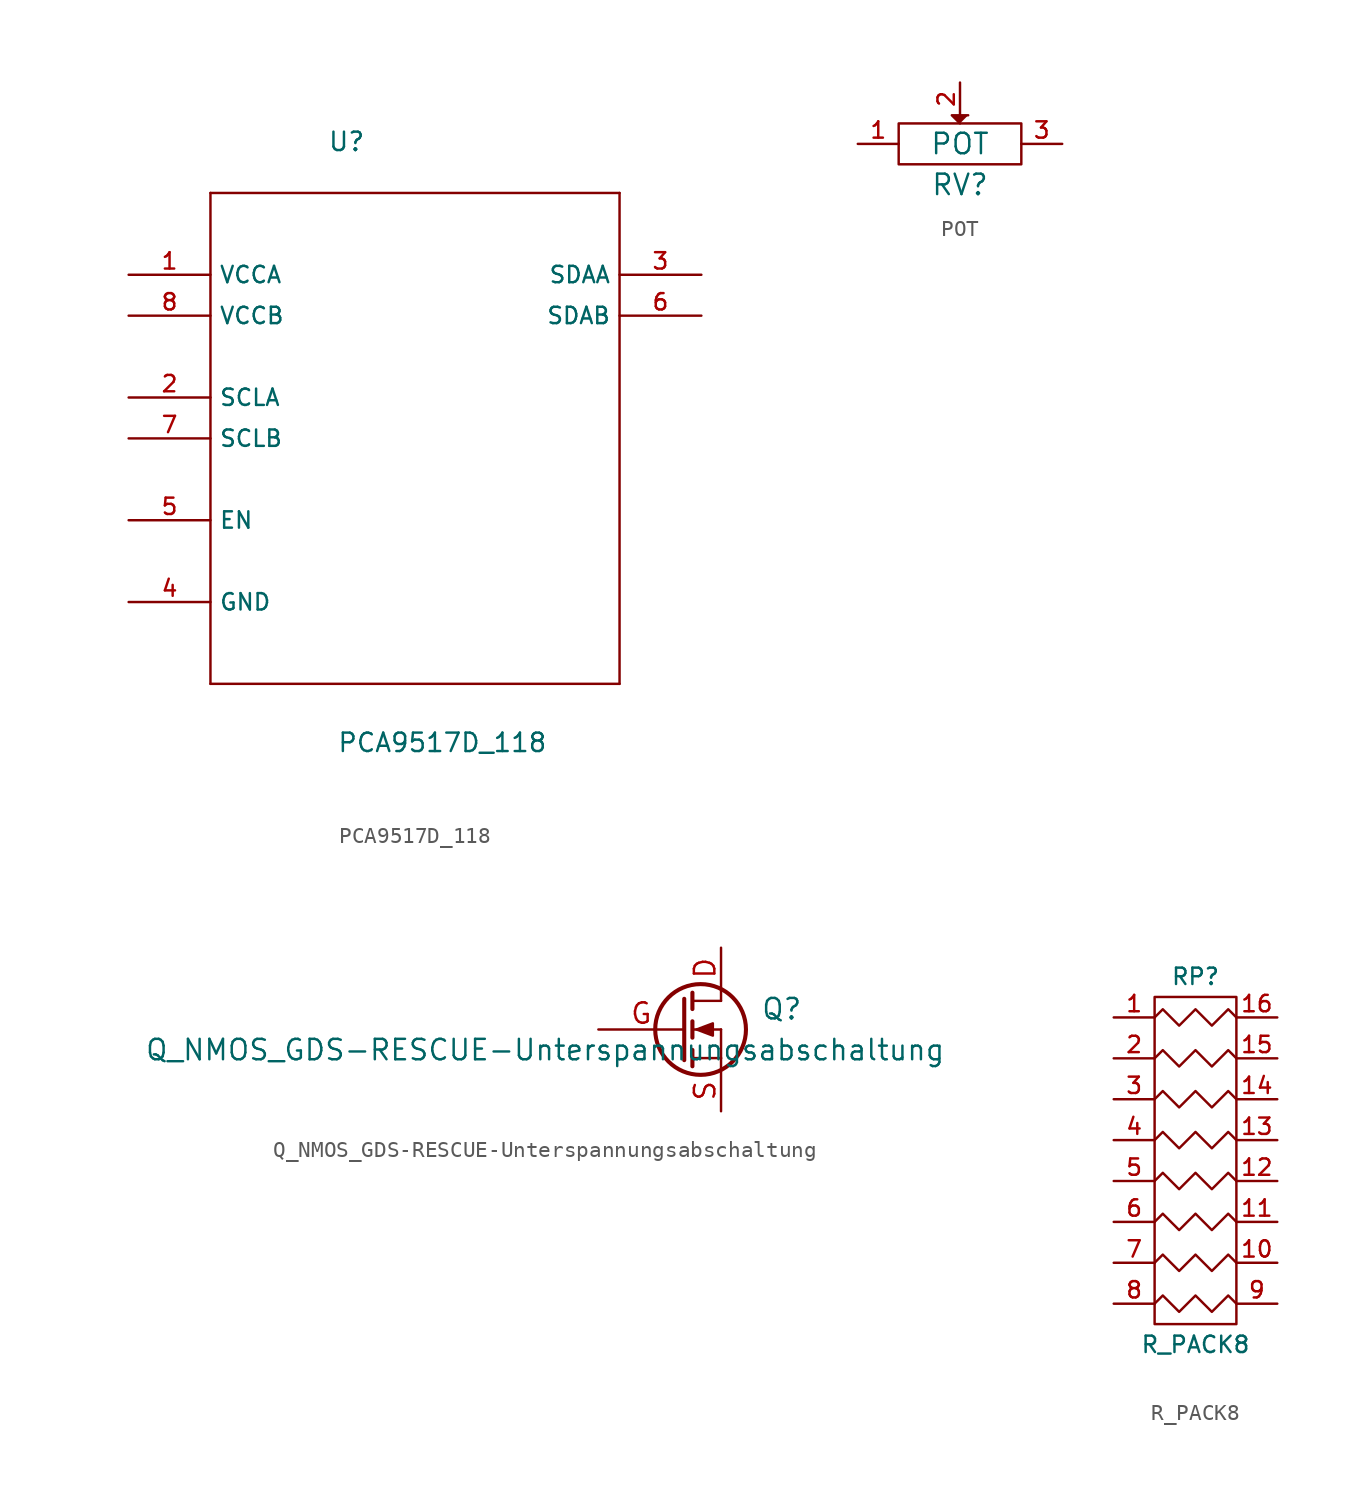
<source format=kicad_sym>
(kicad_symbol_lib
  (version 20201005)
  (generator kicad_symbol_editor)
  (symbol "Zimprich:PCA9517D_118"
    (property "Reference" "U"
      (at -5.436 15.215 0)
      (effects (font (size 1.143 1.143)) (justify left bottom)))
    (property "Value" "PCA9517D_118"
      (at -4.851 -22.098 0)
      (effects (font (size 1.143 1.143)) (justify left bottom)))
    (property "ki_locked" ""
      (at 0 0 0)
      (effects (font (size 1.27 1.27))))
    (symbol "PCA9517D_118_1_0"
      (polyline (pts (xy -12.7 -17.78) (xy 12.7 -17.78)) (stroke (width 0)) (fill (type none)))
      (polyline (pts (xy -12.7 12.7) (xy -12.7 -17.78)) (stroke (width 0)) (fill (type none)))
      (polyline (pts (xy 12.7 -17.78) (xy 12.7 12.7)) (stroke (width 0)) (fill (type none)))
      (polyline (pts (xy 12.7 12.7) (xy -12.7 12.7)) (stroke (width 0)) (fill (type none))))
    (symbol "PCA9517D_118_1_1"
      (pin power_in line (at -17.78 7.62 0) (length 5.08) (name "VCCA" (effects (font (size 1.016 1.016)))) (number "1" (effects (font (size 1.016 1.016)))))
      (pin input line (at -17.78 0 0) (length 5.08) (name "SCLA" (effects (font (size 1.016 1.016)))) (number "2" (effects (font (size 1.016 1.016)))))
      (pin bidirectional line (at 17.78 7.62 180) (length 5.08) (name "SDAA" (effects (font (size 1.016 1.016)))) (number "3" (effects (font (size 1.016 1.016)))))
      (pin passive line (at -17.78 -12.7 0) (length 5.08) (name "GND" (effects (font (size 1.016 1.016)))) (number "4" (effects (font (size 1.016 1.016)))))
      (pin input line (at -17.78 -7.62 0) (length 5.08) (name "EN" (effects (font (size 1.016 1.016)))) (number "5" (effects (font (size 1.016 1.016)))))
      (pin bidirectional line (at 17.78 5.08 180) (length 5.08) (name "SDAB" (effects (font (size 1.016 1.016)))) (number "6" (effects (font (size 1.016 1.016)))))
      (pin input line (at -17.78 -2.54 0) (length 5.08) (name "SCLB" (effects (font (size 1.016 1.016)))) (number "7" (effects (font (size 1.016 1.016)))))
      (pin power_in line (at -17.78 5.08 0) (length 5.08) (name "VCCB" (effects (font (size 1.016 1.016)))) (number "8" (effects (font (size 1.016 1.016)))))))
  (symbol "Zimprich:POT"
    (pin_names hide)
    (property "Reference" "RV"
      (at 0 -2.54 0)
      (effects (font (size 1.27 1.27))))
    (property "Value" "POT"
      (at 0 0 0)
      (effects (font (size 1.27 1.27))))
    (property "Footprint" ""
      (at 0 0 0)
      (effects (font (size 1.524 1.524))))
    (property "Datasheet" ""
      (at 0 0 0)
      (effects (font (size 1.524 1.524))))
    (symbol "POT_0_1"
      (rectangle (start -3.81 1.27) (end 3.81 -1.27) (stroke (width 0)) (fill (type none)))
      (polyline (pts (xy 0 1.27) (xy -0.508 1.778) (xy 0.508 1.778)) (stroke (width 0)) (fill (type outline))))
    (symbol "POT_1_1"
      (pin passive line (at -6.35 0 0) (length 2.54) (name "1" (effects (font (size 1.016 1.016)))) (number "1" (effects (font (size 1.016 1.016)))))
      (pin passive line (at 0 3.81 270) (length 2.032) (name "2" (effects (font (size 1.016 1.016)))) (number "2" (effects (font (size 1.016 1.016)))))
      (pin passive line (at 6.35 0 180) (length 2.54) (name "3" (effects (font (size 1.016 1.016)))) (number "3" (effects (font (size 1.016 1.016)))))))
  (symbol "Zimprich:Q_NMOS_GDS-RESCUE-Unterspannungsabschaltung"
    (pin_names
      (offset 0) hide)
    (property "Reference" "Q"
      (at 7.62 1.27 0)
      (effects (font (size 1.27 1.27)) (justify right)))
    (property "Value" "Q_NMOS_GDS-RESCUE-Unterspannungsabschaltung"
      (at 16.51 -1.27 0)
      (effects (font (size 1.27 1.27)) (justify right)))
    (property "Footprint" ""
      (at 5.08 2.54 0)
      (effects (font (size 0.737 0.737))))
    (property "Datasheet" ""
      (at 0 0 0)
      (effects (font (size 1.524 1.524))))
    (symbol "Q_NMOS_GDS-RESCUE-Unterspannungsabschaltung_0_1"
      (circle (center 1.27 0) (radius 2.819) (stroke (width 0.254)) (fill (type none)))
      (polyline (pts (xy 0.762 -1.778) (xy 2.54 -1.778)) (stroke (width 0)) (fill (type none)))
      (polyline (pts (xy 0.762 -1.27) (xy 0.762 -2.286)) (stroke (width 0.254)) (fill (type none)))
      (polyline (pts (xy 0.762 0) (xy 2.54 0)) (stroke (width 0)) (fill (type none)))
      (polyline (pts (xy 0.762 0.508) (xy 0.762 -0.508)) (stroke (width 0.254)) (fill (type none)))
      (polyline (pts (xy 0.762 1.778) (xy 2.54 1.778)) (stroke (width 0)) (fill (type none)))
      (polyline (pts (xy 0.762 2.286) (xy 0.762 1.27)) (stroke (width 0.254)) (fill (type none)))
      (polyline (pts (xy 2.54 -1.778) (xy 2.54 -2.54)) (stroke (width 0)) (fill (type none)))
      (polyline (pts (xy 2.54 -1.778) (xy 2.54 0)) (stroke (width 0)) (fill (type none)))
      (polyline (pts (xy 2.54 2.54) (xy 2.54 1.778)) (stroke (width 0)) (fill (type none)))
      (polyline (pts (xy 0.254 1.905) (xy 0.254 -1.905) (xy 0.254 -1.905)) (stroke (width 0.254)) (fill (type none)))
      (polyline (pts (xy 1.016 0) (xy 2.032 0.381) (xy 2.032 -0.381) (xy 1.016 0)) (stroke (width 0)) (fill (type outline))))
    (symbol "Q_NMOS_GDS-RESCUE-Unterspannungsabschaltung_1_1"
      (pin passive line (at 2.54 5.08 270) (length 2.54) (name "D" (effects (font (size 1.27 1.27)))) (number "D" (effects (font (size 1.27 1.27)))))
      (pin input line (at -5.08 0 0) (length 5.334) (name "G" (effects (font (size 1.27 1.27)))) (number "G" (effects (font (size 1.27 1.27)))))
      (pin passive line (at 2.54 -5.08 90) (length 2.54) (name "S" (effects (font (size 1.27 1.27)))) (number "S" (effects (font (size 1.27 1.27)))))))
  (symbol "Zimprich:R_PACK8"
    (pin_names hide)
    (property "Reference" "RP"
      (at 0 11.43 0)
      (effects (font (size 1.016 1.016))))
    (property "Value" "R_PACK8"
      (at 0 -11.43 0)
      (effects (font (size 1.016 1.016))))
    (property "Footprint" ""
      (at 0 0 0)
      (effects (font (size 1.524 1.524))))
    (property "Datasheet" ""
      (at 0 0 0)
      (effects (font (size 1.524 1.524))))
    (symbol "R_PACK8_0_1"
      (rectangle (start -2.54 10.16) (end 2.54 -10.16) (stroke (width 0)) (fill (type none)))
      (polyline (pts (xy -2.54 -8.89) (xy -2.032 -8.382) (xy -1.016 -9.398) (xy 0 -8.382) (xy 1.016 -9.398) (xy 2.032 -8.382) (xy 2.54 -8.89)) (stroke (width 0)) (fill (type none)))
      (polyline (pts (xy -2.54 -6.35) (xy -2.032 -5.842) (xy -1.016 -6.858) (xy 0 -5.842) (xy 1.016 -6.858) (xy 2.032 -5.842) (xy 2.54 -6.35)) (stroke (width 0)) (fill (type none)))
      (polyline (pts (xy -2.54 -3.81) (xy -2.032 -3.302) (xy -1.016 -4.318) (xy 0 -3.302) (xy 1.016 -4.318) (xy 2.032 -3.302) (xy 2.54 -3.81)) (stroke (width 0)) (fill (type none)))
      (polyline (pts (xy -2.54 -1.27) (xy -2.032 -0.762) (xy -1.016 -1.778) (xy 0 -0.762) (xy 1.016 -1.778) (xy 2.032 -0.762) (xy 2.54 -1.27)) (stroke (width 0)) (fill (type none)))
      (polyline (pts (xy -2.54 1.27) (xy -2.032 1.778) (xy -1.016 0.762) (xy 0 1.778) (xy 1.016 0.762) (xy 2.032 1.778) (xy 2.54 1.27)) (stroke (width 0)) (fill (type none)))
      (polyline (pts (xy -2.54 3.81) (xy -2.032 4.318) (xy -1.016 3.302) (xy 0 4.318) (xy 1.016 3.302) (xy 2.032 4.318) (xy 2.54 3.81)) (stroke (width 0)) (fill (type none)))
      (polyline (pts (xy -2.54 6.35) (xy -2.032 6.858) (xy -1.016 5.842) (xy 0 6.858) (xy 1.016 5.842) (xy 2.032 6.858) (xy 2.54 6.35)) (stroke (width 0)) (fill (type none)))
      (polyline (pts (xy -2.54 8.89) (xy -2.032 9.398) (xy -1.016 8.382) (xy 0 9.398) (xy 1.016 8.382) (xy 2.032 9.398) (xy 2.54 8.89)) (stroke (width 0)) (fill (type none))))
    (symbol "R_PACK8_1_1"
      (pin passive line (at -5.08 8.89 0) (length 2.54) (name "P1" (effects (font (size 1.016 1.016)))) (number "1" (effects (font (size 1.016 1.016)))))
      (pin passive line (at 5.08 -6.35 180) (length 2.54) (name "R7" (effects (font (size 1.016 1.016)))) (number "10" (effects (font (size 1.016 1.016)))))
      (pin passive line (at 5.08 -3.81 180) (length 2.54) (name "R6" (effects (font (size 1.016 1.016)))) (number "11" (effects (font (size 1.016 1.016)))))
      (pin passive line (at 5.08 -1.27 180) (length 2.54) (name "R5" (effects (font (size 1.016 1.016)))) (number "12" (effects (font (size 1.016 1.016)))))
      (pin passive line (at 5.08 1.27 180) (length 2.54) (name "R4" (effects (font (size 1.016 1.016)))) (number "13" (effects (font (size 1.016 1.016)))))
      (pin passive line (at 5.08 3.81 180) (length 2.54) (name "R3" (effects (font (size 1.016 1.016)))) (number "14" (effects (font (size 1.016 1.016)))))
      (pin passive line (at 5.08 6.35 180) (length 2.54) (name "R2" (effects (font (size 1.016 1.016)))) (number "15" (effects (font (size 1.016 1.016)))))
      (pin passive line (at 5.08 8.89 180) (length 2.54) (name "R1" (effects (font (size 1.016 1.016)))) (number "16" (effects (font (size 1.016 1.016)))))
      (pin passive line (at -5.08 6.35 0) (length 2.54) (name "P2" (effects (font (size 1.016 1.016)))) (number "2" (effects (font (size 1.016 1.016)))))
      (pin passive line (at -5.08 3.81 0) (length 2.54) (name "P3" (effects (font (size 1.016 1.016)))) (number "3" (effects (font (size 1.016 1.016)))))
      (pin passive line (at -5.08 1.27 0) (length 2.54) (name "P4" (effects (font (size 1.016 1.016)))) (number "4" (effects (font (size 1.016 1.016)))))
      (pin passive line (at -5.08 -1.27 0) (length 2.54) (name "P5" (effects (font (size 1.016 1.016)))) (number "5" (effects (font (size 1.016 1.016)))))
      (pin passive line (at -5.08 -3.81 0) (length 2.54) (name "P6" (effects (font (size 1.016 1.016)))) (number "6" (effects (font (size 1.016 1.016)))))
      (pin passive line (at -5.08 -6.35 0) (length 2.54) (name "P7" (effects (font (size 1.016 1.016)))) (number "7" (effects (font (size 1.016 1.016)))))
      (pin passive line (at -5.08 -8.89 0) (length 2.54) (name "P8" (effects (font (size 1.016 1.016)))) (number "8" (effects (font (size 1.016 1.016)))))
      (pin passive line (at 5.08 -8.89 180) (length 2.54) (name "R8" (effects (font (size 1.016 1.016)))) (number "9" (effects (font (size 1.016 1.016))))))))
</source>
